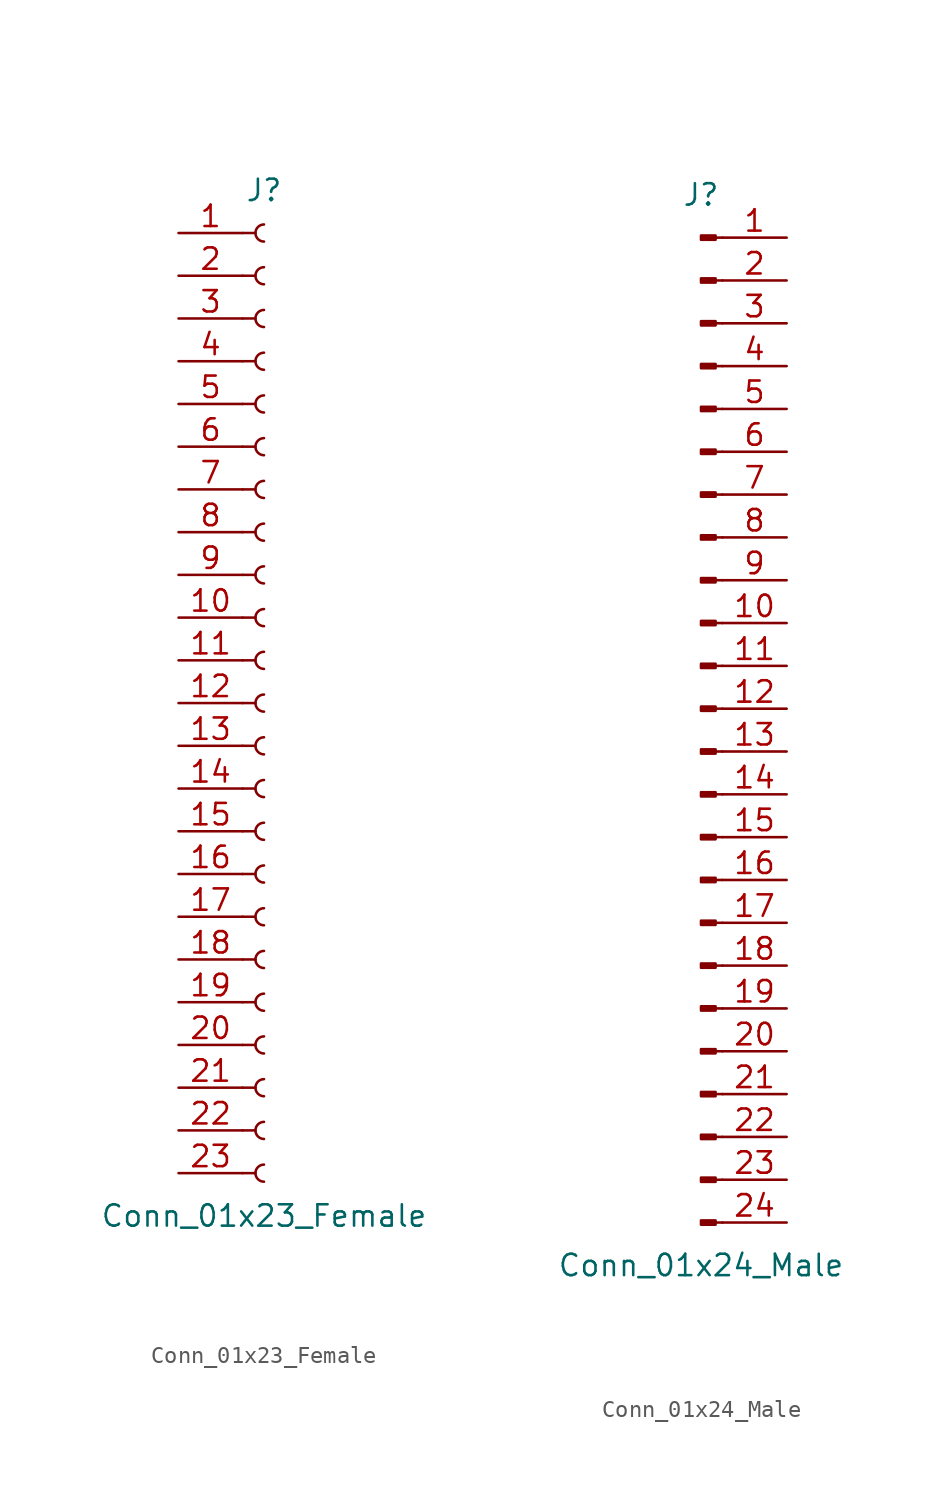
<source format=kicad_sym>
(kicad_symbol_lib
  (version 20220914)
  (generator kicad_symbol_editor)
  (symbol "Conn_01x23_Female"
    (pin_names
      (offset 1.016) hide)
    (property "Reference" "J"
      (at 0 30.48 0)
      (effects (font (size 1.27 1.27))))
    (property "Value" "Conn_01x23_Female"
      (at 0 -30.48 0)
      (effects (font (size 1.27 1.27))))
    (symbol "Conn_01x23_Female_1_1"
      (arc (start 0 -27.432) (mid -0.5058 -27.94) (end 0 -28.448) (stroke (width 0.1524) (type default)) (fill (type none)))
      (arc (start 0 -24.892) (mid -0.5058 -25.4) (end 0 -25.908) (stroke (width 0.1524) (type default)) (fill (type none)))
      (arc (start 0 -22.352) (mid -0.5058 -22.86) (end 0 -23.368) (stroke (width 0.1524) (type default)) (fill (type none)))
      (arc (start 0 -19.812) (mid -0.5058 -20.32) (end 0 -20.828) (stroke (width 0.1524) (type default)) (fill (type none)))
      (arc (start 0 -17.272) (mid -0.5058 -17.78) (end 0 -18.288) (stroke (width 0.1524) (type default)) (fill (type none)))
      (arc (start 0 -14.732) (mid -0.5058 -15.24) (end 0 -15.748) (stroke (width 0.1524) (type default)) (fill (type none)))
      (arc (start 0 -12.192) (mid -0.5058 -12.7) (end 0 -13.208) (stroke (width 0.1524) (type default)) (fill (type none)))
      (arc (start 0 -9.652) (mid -0.5058 -10.16) (end 0 -10.668) (stroke (width 0.1524) (type default)) (fill (type none)))
      (arc (start 0 -7.112) (mid -0.5058 -7.62) (end 0 -8.128) (stroke (width 0.1524) (type default)) (fill (type none)))
      (arc (start 0 -4.572) (mid -0.5058 -5.08) (end 0 -5.588) (stroke (width 0.1524) (type default)) (fill (type none)))
      (arc (start 0 -2.032) (mid -0.5058 -2.54) (end 0 -3.048) (stroke (width 0.1524) (type default)) (fill (type none)))
      (polyline (pts (xy -1.27 -27.94) (xy -0.508 -27.94)) (stroke (width 0.152) (type default)) (fill (type none)))
      (polyline (pts (xy -1.27 -25.4) (xy -0.508 -25.4)) (stroke (width 0.152) (type default)) (fill (type none)))
      (polyline (pts (xy -1.27 -22.86) (xy -0.508 -22.86)) (stroke (width 0.152) (type default)) (fill (type none)))
      (polyline (pts (xy -1.27 -20.32) (xy -0.508 -20.32)) (stroke (width 0.152) (type default)) (fill (type none)))
      (polyline (pts (xy -1.27 -17.78) (xy -0.508 -17.78)) (stroke (width 0.152) (type default)) (fill (type none)))
      (polyline (pts (xy -1.27 -15.24) (xy -0.508 -15.24)) (stroke (width 0.152) (type default)) (fill (type none)))
      (polyline (pts (xy -1.27 -12.7) (xy -0.508 -12.7)) (stroke (width 0.152) (type default)) (fill (type none)))
      (polyline (pts (xy -1.27 -10.16) (xy -0.508 -10.16)) (stroke (width 0.152) (type default)) (fill (type none)))
      (polyline (pts (xy -1.27 -7.62) (xy -0.508 -7.62)) (stroke (width 0.152) (type default)) (fill (type none)))
      (polyline (pts (xy -1.27 -5.08) (xy -0.508 -5.08)) (stroke (width 0.152) (type default)) (fill (type none)))
      (polyline (pts (xy -1.27 -2.54) (xy -0.508 -2.54)) (stroke (width 0.152) (type default)) (fill (type none)))
      (polyline (pts (xy -1.27 0) (xy -0.508 0)) (stroke (width 0.152) (type default)) (fill (type none)))
      (polyline (pts (xy -1.27 2.54) (xy -0.508 2.54)) (stroke (width 0.152) (type default)) (fill (type none)))
      (polyline (pts (xy -1.27 5.08) (xy -0.508 5.08)) (stroke (width 0.152) (type default)) (fill (type none)))
      (polyline (pts (xy -1.27 7.62) (xy -0.508 7.62)) (stroke (width 0.152) (type default)) (fill (type none)))
      (polyline (pts (xy -1.27 10.16) (xy -0.508 10.16)) (stroke (width 0.152) (type default)) (fill (type none)))
      (polyline (pts (xy -1.27 12.7) (xy -0.508 12.7)) (stroke (width 0.152) (type default)) (fill (type none)))
      (polyline (pts (xy -1.27 15.24) (xy -0.508 15.24)) (stroke (width 0.152) (type default)) (fill (type none)))
      (polyline (pts (xy -1.27 17.78) (xy -0.508 17.78)) (stroke (width 0.152) (type default)) (fill (type none)))
      (polyline (pts (xy -1.27 20.32) (xy -0.508 20.32)) (stroke (width 0.152) (type default)) (fill (type none)))
      (polyline (pts (xy -1.27 22.86) (xy -0.508 22.86)) (stroke (width 0.152) (type default)) (fill (type none)))
      (polyline (pts (xy -1.27 25.4) (xy -0.508 25.4)) (stroke (width 0.152) (type default)) (fill (type none)))
      (polyline (pts (xy -1.27 27.94) (xy -0.508 27.94)) (stroke (width 0.152) (type default)) (fill (type none)))
      (arc (start 0 0.508) (mid -0.5058 0) (end 0 -0.508) (stroke (width 0.1524) (type default)) (fill (type none)))
      (arc (start 0 3.048) (mid -0.5058 2.54) (end 0 2.032) (stroke (width 0.1524) (type default)) (fill (type none)))
      (arc (start 0 5.588) (mid -0.5058 5.08) (end 0 4.572) (stroke (width 0.1524) (type default)) (fill (type none)))
      (arc (start 0 8.128) (mid -0.5058 7.62) (end 0 7.112) (stroke (width 0.1524) (type default)) (fill (type none)))
      (arc (start 0 10.668) (mid -0.5058 10.16) (end 0 9.652) (stroke (width 0.1524) (type default)) (fill (type none)))
      (arc (start 0 13.208) (mid -0.5058 12.7) (end 0 12.192) (stroke (width 0.1524) (type default)) (fill (type none)))
      (arc (start 0 15.748) (mid -0.5058 15.24) (end 0 14.732) (stroke (width 0.1524) (type default)) (fill (type none)))
      (arc (start 0 18.288) (mid -0.5058 17.78) (end 0 17.272) (stroke (width 0.1524) (type default)) (fill (type none)))
      (arc (start 0 20.828) (mid -0.5058 20.32) (end 0 19.812) (stroke (width 0.1524) (type default)) (fill (type none)))
      (arc (start 0 23.368) (mid -0.5058 22.86) (end 0 22.352) (stroke (width 0.1524) (type default)) (fill (type none)))
      (arc (start 0 25.908) (mid -0.5058 25.4) (end 0 24.892) (stroke (width 0.1524) (type default)) (fill (type none)))
      (arc (start 0 28.448) (mid -0.5058 27.94) (end 0 27.432) (stroke (width 0.1524) (type default)) (fill (type none)))
      (pin passive line (at -5.08 27.94 0) (length 3.81) (name "Pin_1" (effects (font (size 1.27 1.27)))) (number "1" (effects (font (size 1.27 1.27)))))
      (pin passive line (at -5.08 5.08 0) (length 3.81) (name "Pin_10" (effects (font (size 1.27 1.27)))) (number "10" (effects (font (size 1.27 1.27)))))
      (pin passive line (at -5.08 2.54 0) (length 3.81) (name "Pin_11" (effects (font (size 1.27 1.27)))) (number "11" (effects (font (size 1.27 1.27)))))
      (pin passive line (at -5.08 0 0) (length 3.81) (name "Pin_12" (effects (font (size 1.27 1.27)))) (number "12" (effects (font (size 1.27 1.27)))))
      (pin passive line (at -5.08 -2.54 0) (length 3.81) (name "Pin_13" (effects (font (size 1.27 1.27)))) (number "13" (effects (font (size 1.27 1.27)))))
      (pin passive line (at -5.08 -5.08 0) (length 3.81) (name "Pin_14" (effects (font (size 1.27 1.27)))) (number "14" (effects (font (size 1.27 1.27)))))
      (pin passive line (at -5.08 -7.62 0) (length 3.81) (name "Pin_15" (effects (font (size 1.27 1.27)))) (number "15" (effects (font (size 1.27 1.27)))))
      (pin passive line (at -5.08 -10.16 0) (length 3.81) (name "Pin_16" (effects (font (size 1.27 1.27)))) (number "16" (effects (font (size 1.27 1.27)))))
      (pin passive line (at -5.08 -12.7 0) (length 3.81) (name "Pin_17" (effects (font (size 1.27 1.27)))) (number "17" (effects (font (size 1.27 1.27)))))
      (pin passive line (at -5.08 -15.24 0) (length 3.81) (name "Pin_18" (effects (font (size 1.27 1.27)))) (number "18" (effects (font (size 1.27 1.27)))))
      (pin passive line (at -5.08 -17.78 0) (length 3.81) (name "Pin_19" (effects (font (size 1.27 1.27)))) (number "19" (effects (font (size 1.27 1.27)))))
      (pin passive line (at -5.08 25.4 0) (length 3.81) (name "Pin_2" (effects (font (size 1.27 1.27)))) (number "2" (effects (font (size 1.27 1.27)))))
      (pin passive line (at -5.08 -20.32 0) (length 3.81) (name "Pin_20" (effects (font (size 1.27 1.27)))) (number "20" (effects (font (size 1.27 1.27)))))
      (pin passive line (at -5.08 -22.86 0) (length 3.81) (name "Pin_21" (effects (font (size 1.27 1.27)))) (number "21" (effects (font (size 1.27 1.27)))))
      (pin passive line (at -5.08 -25.4 0) (length 3.81) (name "Pin_22" (effects (font (size 1.27 1.27)))) (number "22" (effects (font (size 1.27 1.27)))))
      (pin passive line (at -5.08 -27.94 0) (length 3.81) (name "Pin_23" (effects (font (size 1.27 1.27)))) (number "23" (effects (font (size 1.27 1.27)))))
      (pin passive line (at -5.08 22.86 0) (length 3.81) (name "Pin_3" (effects (font (size 1.27 1.27)))) (number "3" (effects (font (size 1.27 1.27)))))
      (pin passive line (at -5.08 20.32 0) (length 3.81) (name "Pin_4" (effects (font (size 1.27 1.27)))) (number "4" (effects (font (size 1.27 1.27)))))
      (pin passive line (at -5.08 17.78 0) (length 3.81) (name "Pin_5" (effects (font (size 1.27 1.27)))) (number "5" (effects (font (size 1.27 1.27)))))
      (pin passive line (at -5.08 15.24 0) (length 3.81) (name "Pin_6" (effects (font (size 1.27 1.27)))) (number "6" (effects (font (size 1.27 1.27)))))
      (pin passive line (at -5.08 12.7 0) (length 3.81) (name "Pin_7" (effects (font (size 1.27 1.27)))) (number "7" (effects (font (size 1.27 1.27)))))
      (pin passive line (at -5.08 10.16 0) (length 3.81) (name "Pin_8" (effects (font (size 1.27 1.27)))) (number "8" (effects (font (size 1.27 1.27)))))
      (pin passive line (at -5.08 7.62 0) (length 3.81) (name "Pin_9" (effects (font (size 1.27 1.27)))) (number "9" (effects (font (size 1.27 1.27)))))))
  (symbol "Conn_01x24_Male"
    (pin_names
      (offset 1.016) hide)
    (property "Reference" "J"
      (at 0 30.48 0)
      (effects (font (size 1.27 1.27))))
    (property "Value" "Conn_01x24_Male"
      (at 0 -33.02 0)
      (effects (font (size 1.27 1.27))))
    (symbol "Conn_01x24_Male_1_1"
      (polyline (pts (xy 1.27 -30.48) (xy 0.864 -30.48)) (stroke (width 0.152) (type default)) (fill (type none)))
      (polyline (pts (xy 1.27 -27.94) (xy 0.864 -27.94)) (stroke (width 0.152) (type default)) (fill (type none)))
      (polyline (pts (xy 1.27 -25.4) (xy 0.864 -25.4)) (stroke (width 0.152) (type default)) (fill (type none)))
      (polyline (pts (xy 1.27 -22.86) (xy 0.864 -22.86)) (stroke (width 0.152) (type default)) (fill (type none)))
      (polyline (pts (xy 1.27 -20.32) (xy 0.864 -20.32)) (stroke (width 0.152) (type default)) (fill (type none)))
      (polyline (pts (xy 1.27 -17.78) (xy 0.864 -17.78)) (stroke (width 0.152) (type default)) (fill (type none)))
      (polyline (pts (xy 1.27 -15.24) (xy 0.864 -15.24)) (stroke (width 0.152) (type default)) (fill (type none)))
      (polyline (pts (xy 1.27 -12.7) (xy 0.864 -12.7)) (stroke (width 0.152) (type default)) (fill (type none)))
      (polyline (pts (xy 1.27 -10.16) (xy 0.864 -10.16)) (stroke (width 0.152) (type default)) (fill (type none)))
      (polyline (pts (xy 1.27 -7.62) (xy 0.864 -7.62)) (stroke (width 0.152) (type default)) (fill (type none)))
      (polyline (pts (xy 1.27 -5.08) (xy 0.864 -5.08)) (stroke (width 0.152) (type default)) (fill (type none)))
      (polyline (pts (xy 1.27 -2.54) (xy 0.864 -2.54)) (stroke (width 0.152) (type default)) (fill (type none)))
      (polyline (pts (xy 1.27 0) (xy 0.864 0)) (stroke (width 0.152) (type default)) (fill (type none)))
      (polyline (pts (xy 1.27 2.54) (xy 0.864 2.54)) (stroke (width 0.152) (type default)) (fill (type none)))
      (polyline (pts (xy 1.27 5.08) (xy 0.864 5.08)) (stroke (width 0.152) (type default)) (fill (type none)))
      (polyline (pts (xy 1.27 7.62) (xy 0.864 7.62)) (stroke (width 0.152) (type default)) (fill (type none)))
      (polyline (pts (xy 1.27 10.16) (xy 0.864 10.16)) (stroke (width 0.152) (type default)) (fill (type none)))
      (polyline (pts (xy 1.27 12.7) (xy 0.864 12.7)) (stroke (width 0.152) (type default)) (fill (type none)))
      (polyline (pts (xy 1.27 15.24) (xy 0.864 15.24)) (stroke (width 0.152) (type default)) (fill (type none)))
      (polyline (pts (xy 1.27 17.78) (xy 0.864 17.78)) (stroke (width 0.152) (type default)) (fill (type none)))
      (polyline (pts (xy 1.27 20.32) (xy 0.864 20.32)) (stroke (width 0.152) (type default)) (fill (type none)))
      (polyline (pts (xy 1.27 22.86) (xy 0.864 22.86)) (stroke (width 0.152) (type default)) (fill (type none)))
      (polyline (pts (xy 1.27 25.4) (xy 0.864 25.4)) (stroke (width 0.152) (type default)) (fill (type none)))
      (polyline (pts (xy 1.27 27.94) (xy 0.864 27.94)) (stroke (width 0.152) (type default)) (fill (type none)))
      (rectangle (start 0.864 -30.353) (end 0 -30.607) (stroke (width 0.152) (type default)) (fill (type outline)))
      (rectangle (start 0.864 -27.813) (end 0 -28.067) (stroke (width 0.152) (type default)) (fill (type outline)))
      (rectangle (start 0.864 -25.273) (end 0 -25.527) (stroke (width 0.152) (type default)) (fill (type outline)))
      (rectangle (start 0.864 -22.733) (end 0 -22.987) (stroke (width 0.152) (type default)) (fill (type outline)))
      (rectangle (start 0.864 -20.193) (end 0 -20.447) (stroke (width 0.152) (type default)) (fill (type outline)))
      (rectangle (start 0.864 -17.653) (end 0 -17.907) (stroke (width 0.152) (type default)) (fill (type outline)))
      (rectangle (start 0.864 -15.113) (end 0 -15.367) (stroke (width 0.152) (type default)) (fill (type outline)))
      (rectangle (start 0.864 -12.573) (end 0 -12.827) (stroke (width 0.152) (type default)) (fill (type outline)))
      (rectangle (start 0.864 -10.033) (end 0 -10.287) (stroke (width 0.152) (type default)) (fill (type outline)))
      (rectangle (start 0.864 -7.493) (end 0 -7.747) (stroke (width 0.152) (type default)) (fill (type outline)))
      (rectangle (start 0.864 -4.953) (end 0 -5.207) (stroke (width 0.152) (type default)) (fill (type outline)))
      (rectangle (start 0.864 -2.413) (end 0 -2.667) (stroke (width 0.152) (type default)) (fill (type outline)))
      (rectangle (start 0.864 0.127) (end 0 -0.127) (stroke (width 0.152) (type default)) (fill (type outline)))
      (rectangle (start 0.864 2.667) (end 0 2.413) (stroke (width 0.152) (type default)) (fill (type outline)))
      (rectangle (start 0.864 5.207) (end 0 4.953) (stroke (width 0.152) (type default)) (fill (type outline)))
      (rectangle (start 0.864 7.747) (end 0 7.493) (stroke (width 0.152) (type default)) (fill (type outline)))
      (rectangle (start 0.864 10.287) (end 0 10.033) (stroke (width 0.152) (type default)) (fill (type outline)))
      (rectangle (start 0.864 12.827) (end 0 12.573) (stroke (width 0.152) (type default)) (fill (type outline)))
      (rectangle (start 0.864 15.367) (end 0 15.113) (stroke (width 0.152) (type default)) (fill (type outline)))
      (rectangle (start 0.864 17.907) (end 0 17.653) (stroke (width 0.152) (type default)) (fill (type outline)))
      (rectangle (start 0.864 20.447) (end 0 20.193) (stroke (width 0.152) (type default)) (fill (type outline)))
      (rectangle (start 0.864 22.987) (end 0 22.733) (stroke (width 0.152) (type default)) (fill (type outline)))
      (rectangle (start 0.864 25.527) (end 0 25.273) (stroke (width 0.152) (type default)) (fill (type outline)))
      (rectangle (start 0.864 28.067) (end 0 27.813) (stroke (width 0.152) (type default)) (fill (type outline)))
      (pin passive line (at 5.08 27.94 180) (length 3.81) (name "Pin_1" (effects (font (size 1.27 1.27)))) (number "1" (effects (font (size 1.27 1.27)))))
      (pin passive line (at 5.08 5.08 180) (length 3.81) (name "Pin_10" (effects (font (size 1.27 1.27)))) (number "10" (effects (font (size 1.27 1.27)))))
      (pin passive line (at 5.08 2.54 180) (length 3.81) (name "Pin_11" (effects (font (size 1.27 1.27)))) (number "11" (effects (font (size 1.27 1.27)))))
      (pin passive line (at 5.08 0 180) (length 3.81) (name "Pin_12" (effects (font (size 1.27 1.27)))) (number "12" (effects (font (size 1.27 1.27)))))
      (pin passive line (at 5.08 -2.54 180) (length 3.81) (name "Pin_13" (effects (font (size 1.27 1.27)))) (number "13" (effects (font (size 1.27 1.27)))))
      (pin passive line (at 5.08 -5.08 180) (length 3.81) (name "Pin_14" (effects (font (size 1.27 1.27)))) (number "14" (effects (font (size 1.27 1.27)))))
      (pin passive line (at 5.08 -7.62 180) (length 3.81) (name "Pin_15" (effects (font (size 1.27 1.27)))) (number "15" (effects (font (size 1.27 1.27)))))
      (pin passive line (at 5.08 -10.16 180) (length 3.81) (name "Pin_16" (effects (font (size 1.27 1.27)))) (number "16" (effects (font (size 1.27 1.27)))))
      (pin passive line (at 5.08 -12.7 180) (length 3.81) (name "Pin_17" (effects (font (size 1.27 1.27)))) (number "17" (effects (font (size 1.27 1.27)))))
      (pin passive line (at 5.08 -15.24 180) (length 3.81) (name "Pin_18" (effects (font (size 1.27 1.27)))) (number "18" (effects (font (size 1.27 1.27)))))
      (pin passive line (at 5.08 -17.78 180) (length 3.81) (name "Pin_19" (effects (font (size 1.27 1.27)))) (number "19" (effects (font (size 1.27 1.27)))))
      (pin passive line (at 5.08 25.4 180) (length 3.81) (name "Pin_2" (effects (font (size 1.27 1.27)))) (number "2" (effects (font (size 1.27 1.27)))))
      (pin passive line (at 5.08 -20.32 180) (length 3.81) (name "Pin_20" (effects (font (size 1.27 1.27)))) (number "20" (effects (font (size 1.27 1.27)))))
      (pin passive line (at 5.08 -22.86 180) (length 3.81) (name "Pin_21" (effects (font (size 1.27 1.27)))) (number "21" (effects (font (size 1.27 1.27)))))
      (pin passive line (at 5.08 -25.4 180) (length 3.81) (name "Pin_22" (effects (font (size 1.27 1.27)))) (number "22" (effects (font (size 1.27 1.27)))))
      (pin passive line (at 5.08 -27.94 180) (length 3.81) (name "Pin_23" (effects (font (size 1.27 1.27)))) (number "23" (effects (font (size 1.27 1.27)))))
      (pin passive line (at 5.08 -30.48 180) (length 3.81) (name "Pin_24" (effects (font (size 1.27 1.27)))) (number "24" (effects (font (size 1.27 1.27)))))
      (pin passive line (at 5.08 22.86 180) (length 3.81) (name "Pin_3" (effects (font (size 1.27 1.27)))) (number "3" (effects (font (size 1.27 1.27)))))
      (pin passive line (at 5.08 20.32 180) (length 3.81) (name "Pin_4" (effects (font (size 1.27 1.27)))) (number "4" (effects (font (size 1.27 1.27)))))
      (pin passive line (at 5.08 17.78 180) (length 3.81) (name "Pin_5" (effects (font (size 1.27 1.27)))) (number "5" (effects (font (size 1.27 1.27)))))
      (pin passive line (at 5.08 15.24 180) (length 3.81) (name "Pin_6" (effects (font (size 1.27 1.27)))) (number "6" (effects (font (size 1.27 1.27)))))
      (pin passive line (at 5.08 12.7 180) (length 3.81) (name "Pin_7" (effects (font (size 1.27 1.27)))) (number "7" (effects (font (size 1.27 1.27)))))
      (pin passive line (at 5.08 10.16 180) (length 3.81) (name "Pin_8" (effects (font (size 1.27 1.27)))) (number "8" (effects (font (size 1.27 1.27)))))
      (pin passive line (at 5.08 7.62 180) (length 3.81) (name "Pin_9" (effects (font (size 1.27 1.27)))) (number "9" (effects (font (size 1.27 1.27))))))))
</source>
